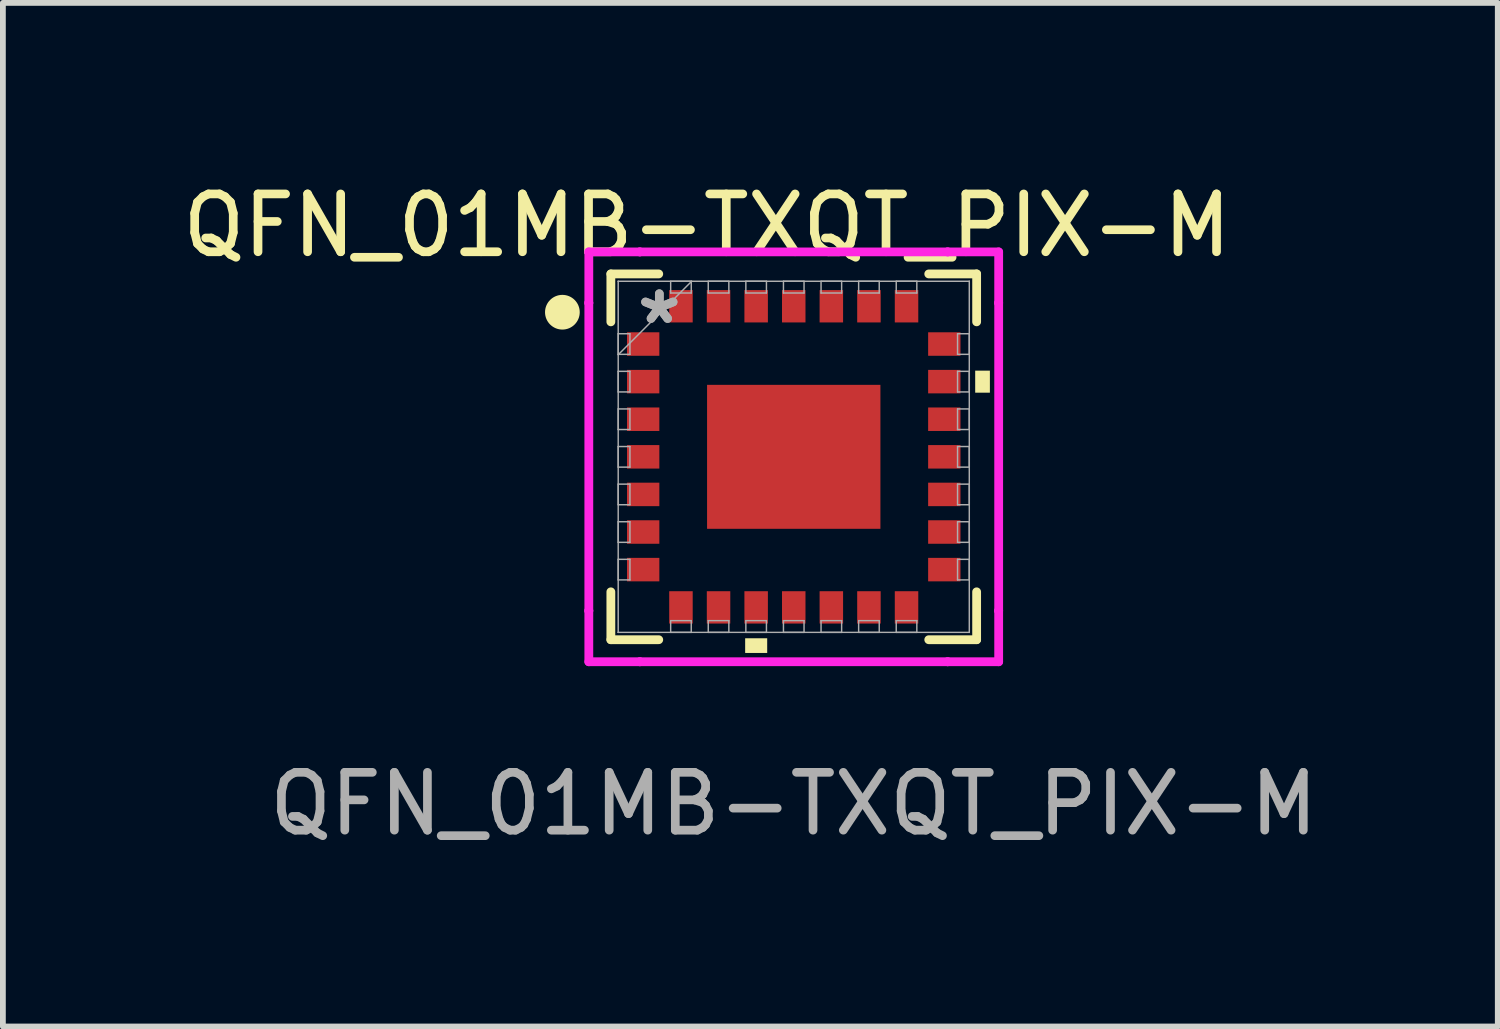
<source format=kicad_pcb>
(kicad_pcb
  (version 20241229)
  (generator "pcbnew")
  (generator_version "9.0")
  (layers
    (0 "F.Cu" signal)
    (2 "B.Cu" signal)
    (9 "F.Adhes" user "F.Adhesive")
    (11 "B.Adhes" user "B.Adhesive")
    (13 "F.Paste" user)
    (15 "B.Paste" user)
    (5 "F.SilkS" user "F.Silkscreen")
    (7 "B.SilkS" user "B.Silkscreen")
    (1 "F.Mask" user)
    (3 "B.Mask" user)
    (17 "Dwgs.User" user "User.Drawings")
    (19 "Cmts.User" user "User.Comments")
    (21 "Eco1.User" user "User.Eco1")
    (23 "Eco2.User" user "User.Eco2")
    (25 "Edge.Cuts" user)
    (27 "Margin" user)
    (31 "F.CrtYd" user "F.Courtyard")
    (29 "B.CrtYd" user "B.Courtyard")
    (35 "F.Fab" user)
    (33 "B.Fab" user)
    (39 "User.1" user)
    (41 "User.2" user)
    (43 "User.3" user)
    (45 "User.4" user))
  (footprint "QFN_01MB-TXQT_PIX-M"
    (layer "F.Cu")
    (at 10.673 4.848)
    (property "Reference" "QFN_01MB-TXQT_PIX-M" (at -1.5 -4 0) (unlocked yes) (layer "F.SilkS") (effects (font (size 1 1) (thickness 0.15))))
    (attr smd)
    (fp_line (start -3.162 -3.162) (end -3.162 -2.334) (stroke (width 0.152) (type solid)) (layer "F.SilkS"))
    (fp_line (start -3.162 2.334) (end -3.162 3.162) (stroke (width 0.152) (type solid)) (layer "F.SilkS"))
    (fp_line (start -3.162 3.162) (end -2.334 3.162) (stroke (width 0.152) (type solid)) (layer "F.SilkS"))
    (fp_line (start -2.334 -3.162) (end -3.162 -3.162) (stroke (width 0.152) (type solid)) (layer "F.SilkS"))
    (fp_line (start 2.334 3.162) (end 3.162 3.162) (stroke (width 0.152) (type solid)) (layer "F.SilkS"))
    (fp_line (start 3.162 -3.162) (end 2.334 -3.162) (stroke (width 0.152) (type solid)) (layer "F.SilkS"))
    (fp_line (start 3.162 -2.334) (end 3.162 -3.162) (stroke (width 0.152) (type solid)) (layer "F.SilkS"))
    (fp_line (start 3.162 3.162) (end 3.162 2.334) (stroke (width 0.152) (type solid)) (layer "F.SilkS"))
    (fp_circle (center -4 -2.5) (end -3.75 -2.5) (stroke (width 0.1) (type solid)) (fill yes) (layer "F.SilkS"))
    (fp_poly (pts (xy -0.84 3.137) (xy -0.84 3.391) (xy -0.459 3.391) (xy -0.459 3.137)) (stroke (width 0) (type solid)) (fill yes) (layer "F.SilkS"))
    (fp_poly (pts (xy 3.391 -1.49) (xy 3.391 -1.109) (xy 3.137 -1.109) (xy 3.137 -1.49)) (stroke (width 0) (type solid)) (fill yes) (layer "F.SilkS"))
    (fp_line (start -3.543 -3.543) (end -2.661 -3.543) (stroke (width 0.152) (type solid)) (layer "F.CrtYd"))
    (fp_line (start -3.543 -2.661) (end -3.543 -3.543) (stroke (width 0.152) (type solid)) (layer "F.CrtYd"))
    (fp_line (start -3.543 -2.661) (end -3.543 -2.661) (stroke (width 0.152) (type solid)) (layer "F.CrtYd"))
    (fp_line (start -3.543 2.661) (end -3.543 -2.661) (stroke (width 0.152) (type solid)) (layer "F.CrtYd"))
    (fp_line (start -3.543 2.661) (end -3.543 2.661) (stroke (width 0.152) (type solid)) (layer "F.CrtYd"))
    (fp_line (start -3.543 3.543) (end -3.543 2.661) (stroke (width 0.152) (type solid)) (layer "F.CrtYd"))
    (fp_line (start -2.661 -3.543) (end -2.661 -3.543) (stroke (width 0.152) (type solid)) (layer "F.CrtYd"))
    (fp_line (start -2.661 -3.543) (end 2.661 -3.543) (stroke (width 0.152) (type solid)) (layer "F.CrtYd"))
    (fp_line (start -2.661 3.543) (end -3.543 3.543) (stroke (width 0.152) (type solid)) (layer "F.CrtYd"))
    (fp_line (start -2.661 3.543) (end -2.661 3.543) (stroke (width 0.152) (type solid)) (layer "F.CrtYd"))
    (fp_line (start 2.661 -3.543) (end 2.661 -3.543) (stroke (width 0.152) (type solid)) (layer "F.CrtYd"))
    (fp_line (start 2.661 -3.543) (end 3.543 -3.543) (stroke (width 0.152) (type solid)) (layer "F.CrtYd"))
    (fp_line (start 2.661 3.543) (end -2.661 3.543) (stroke (width 0.152) (type solid)) (layer "F.CrtYd"))
    (fp_line (start 2.661 3.543) (end 2.661 3.543) (stroke (width 0.152) (type solid)) (layer "F.CrtYd"))
    (fp_line (start 3.543 -3.543) (end 3.543 -2.661) (stroke (width 0.152) (type solid)) (layer "F.CrtYd"))
    (fp_line (start 3.543 -2.661) (end 3.543 -2.661) (stroke (width 0.152) (type solid)) (layer "F.CrtYd"))
    (fp_line (start 3.543 -2.661) (end 3.543 2.661) (stroke (width 0.152) (type solid)) (layer "F.CrtYd"))
    (fp_line (start 3.543 2.661) (end 3.543 2.661) (stroke (width 0.152) (type solid)) (layer "F.CrtYd"))
    (fp_line (start 3.543 2.661) (end 3.543 3.543) (stroke (width 0.152) (type solid)) (layer "F.CrtYd"))
    (fp_line (start 3.543 3.543) (end 2.661 3.543) (stroke (width 0.152) (type solid)) (layer "F.CrtYd"))
    (fp_line (start -3.035 -3.035) (end -3.035 -3.035) (stroke (width 0.025) (type solid)) (layer "F.Fab"))
    (fp_line (start -3.035 -3.035) (end -3.035 3.035) (stroke (width 0.025) (type solid)) (layer "F.Fab"))
    (fp_line (start -3.035 -2.128) (end -2.832 -2.128) (stroke (width 0.025) (type solid)) (layer "F.Fab"))
    (fp_line (start -3.035 -1.772) (end -3.035 -2.128) (stroke (width 0.025) (type solid)) (layer "F.Fab"))
    (fp_line (start -3.035 -1.765) (end -1.765 -3.035) (stroke (width 0.025) (type solid)) (layer "F.Fab"))
    (fp_line (start -3.035 -1.478) (end -2.832 -1.478) (stroke (width 0.025) (type solid)) (layer "F.Fab"))
    (fp_line (start -3.035 -1.122) (end -3.035 -1.478) (stroke (width 0.025) (type solid)) (layer "F.Fab"))
    (fp_line (start -3.035 -0.828) (end -2.832 -0.828) (stroke (width 0.025) (type solid)) (layer "F.Fab"))
    (fp_line (start -3.035 -0.472) (end -3.035 -0.828) (stroke (width 0.025) (type solid)) (layer "F.Fab"))
    (fp_line (start -3.035 -0.178) (end -2.832 -0.178) (stroke (width 0.025) (type solid)) (layer "F.Fab"))
    (fp_line (start -3.035 0.178) (end -3.035 -0.178) (stroke (width 0.025) (type solid)) (layer "F.Fab"))
    (fp_line (start -3.035 0.472) (end -2.832 0.472) (stroke (width 0.025) (type solid)) (layer "F.Fab"))
    (fp_line (start -3.035 0.828) (end -3.035 0.472) (stroke (width 0.025) (type solid)) (layer "F.Fab"))
    (fp_line (start -3.035 1.122) (end -2.832 1.122) (stroke (width 0.025) (type solid)) (layer "F.Fab"))
    (fp_line (start -3.035 1.478) (end -3.035 1.122) (stroke (width 0.025) (type solid)) (layer "F.Fab"))
    (fp_line (start -3.035 1.772) (end -2.832 1.772) (stroke (width 0.025) (type solid)) (layer "F.Fab"))
    (fp_line (start -3.035 2.128) (end -3.035 1.772) (stroke (width 0.025) (type solid)) (layer "F.Fab"))
    (fp_line (start -3.035 3.035) (end -3.035 3.035) (stroke (width 0.025) (type solid)) (layer "F.Fab"))
    (fp_line (start -3.035 3.035) (end 3.035 3.035) (stroke (width 0.025) (type solid)) (layer "F.Fab"))
    (fp_line (start -2.832 -2.128) (end -2.832 -1.772) (stroke (width 0.025) (type solid)) (layer "F.Fab"))
    (fp_line (start -2.832 -1.772) (end -3.035 -1.772) (stroke (width 0.025) (type solid)) (layer "F.Fab"))
    (fp_line (start -2.832 -1.478) (end -2.832 -1.122) (stroke (width 0.025) (type solid)) (layer "F.Fab"))
    (fp_line (start -2.832 -1.122) (end -3.035 -1.122) (stroke (width 0.025) (type solid)) (layer "F.Fab"))
    (fp_line (start -2.832 -0.828) (end -2.832 -0.472) (stroke (width 0.025) (type solid)) (layer "F.Fab"))
    (fp_line (start -2.832 -0.472) (end -3.035 -0.472) (stroke (width 0.025) (type solid)) (layer "F.Fab"))
    (fp_line (start -2.832 -0.178) (end -2.832 0.178) (stroke (width 0.025) (type solid)) (layer "F.Fab"))
    (fp_line (start -2.832 0.178) (end -3.035 0.178) (stroke (width 0.025) (type solid)) (layer "F.Fab"))
    (fp_line (start -2.832 0.472) (end -2.832 0.828) (stroke (width 0.025) (type solid)) (layer "F.Fab"))
    (fp_line (start -2.832 0.828) (end -3.035 0.828) (stroke (width 0.025) (type solid)) (layer "F.Fab"))
    (fp_line (start -2.832 1.122) (end -2.832 1.478) (stroke (width 0.025) (type solid)) (layer "F.Fab"))
    (fp_line (start -2.832 1.478) (end -3.035 1.478) (stroke (width 0.025) (type solid)) (layer "F.Fab"))
    (fp_line (start -2.832 1.772) (end -2.832 2.128) (stroke (width 0.025) (type solid)) (layer "F.Fab"))
    (fp_line (start -2.832 2.128) (end -3.035 2.128) (stroke (width 0.025) (type solid)) (layer "F.Fab"))
    (fp_line (start -2.128 -3.035) (end -1.772 -3.035) (stroke (width 0.025) (type solid)) (layer "F.Fab"))
    (fp_line (start -2.128 -2.832) (end -2.128 -3.035) (stroke (width 0.025) (type solid)) (layer "F.Fab"))
    (fp_line (start -2.128 2.832) (end -1.772 2.832) (stroke (width 0.025) (type solid)) (layer "F.Fab"))
    (fp_line (start -2.128 3.035) (end -2.128 2.832) (stroke (width 0.025) (type solid)) (layer "F.Fab"))
    (fp_line (start -1.772 -3.035) (end -1.772 -2.832) (stroke (width 0.025) (type solid)) (layer "F.Fab"))
    (fp_line (start -1.772 -2.832) (end -2.128 -2.832) (stroke (width 0.025) (type solid)) (layer "F.Fab"))
    (fp_line (start -1.772 2.832) (end -1.772 3.035) (stroke (width 0.025) (type solid)) (layer "F.Fab"))
    (fp_line (start -1.772 3.035) (end -2.128 3.035) (stroke (width 0.025) (type solid)) (layer "F.Fab"))
    (fp_line (start -1.478 -3.035) (end -1.122 -3.035) (stroke (width 0.025) (type solid)) (layer "F.Fab"))
    (fp_line (start -1.478 -2.832) (end -1.478 -3.035) (stroke (width 0.025) (type solid)) (layer "F.Fab"))
    (fp_line (start -1.478 2.832) (end -1.122 2.832) (stroke (width 0.025) (type solid)) (layer "F.Fab"))
    (fp_line (start -1.478 3.035) (end -1.478 2.832) (stroke (width 0.025) (type solid)) (layer "F.Fab"))
    (fp_line (start -1.122 -3.035) (end -1.122 -2.832) (stroke (width 0.025) (type solid)) (layer "F.Fab"))
    (fp_line (start -1.122 -2.832) (end -1.478 -2.832) (stroke (width 0.025) (type solid)) (layer "F.Fab"))
    (fp_line (start -1.122 2.832) (end -1.122 3.035) (stroke (width 0.025) (type solid)) (layer "F.Fab"))
    (fp_line (start -1.122 3.035) (end -1.478 3.035) (stroke (width 0.025) (type solid)) (layer "F.Fab"))
    (fp_line (start -0.828 -3.035) (end -0.472 -3.035) (stroke (width 0.025) (type solid)) (layer "F.Fab"))
    (fp_line (start -0.828 -2.832) (end -0.828 -3.035) (stroke (width 0.025) (type solid)) (layer "F.Fab"))
    (fp_line (start -0.828 2.832) (end -0.472 2.832) (stroke (width 0.025) (type solid)) (layer "F.Fab"))
    (fp_line (start -0.828 3.035) (end -0.828 2.832) (stroke (width 0.025) (type solid)) (layer "F.Fab"))
    (fp_line (start -0.472 -3.035) (end -0.472 -2.832) (stroke (width 0.025) (type solid)) (layer "F.Fab"))
    (fp_line (start -0.472 -2.832) (end -0.828 -2.832) (stroke (width 0.025) (type solid)) (layer "F.Fab"))
    (fp_line (start -0.472 2.832) (end -0.472 3.035) (stroke (width 0.025) (type solid)) (layer "F.Fab"))
    (fp_line (start -0.472 3.035) (end -0.828 3.035) (stroke (width 0.025) (type solid)) (layer "F.Fab"))
    (fp_line (start -0.178 -3.035) (end 0.178 -3.035) (stroke (width 0.025) (type solid)) (layer "F.Fab"))
    (fp_line (start -0.178 -2.832) (end -0.178 -3.035) (stroke (width 0.025) (type solid)) (layer "F.Fab"))
    (fp_line (start -0.178 2.832) (end 0.178 2.832) (stroke (width 0.025) (type solid)) (layer "F.Fab"))
    (fp_line (start -0.178 3.035) (end -0.178 2.832) (stroke (width 0.025) (type solid)) (layer "F.Fab"))
    (fp_line (start 0.178 -3.035) (end 0.178 -2.832) (stroke (width 0.025) (type solid)) (layer "F.Fab"))
    (fp_line (start 0.178 -2.832) (end -0.178 -2.832) (stroke (width 0.025) (type solid)) (layer "F.Fab"))
    (fp_line (start 0.178 2.832) (end 0.178 3.035) (stroke (width 0.025) (type solid)) (layer "F.Fab"))
    (fp_line (start 0.178 3.035) (end -0.178 3.035) (stroke (width 0.025) (type solid)) (layer "F.Fab"))
    (fp_line (start 0.472 -3.035) (end 0.828 -3.035) (stroke (width 0.025) (type solid)) (layer "F.Fab"))
    (fp_line (start 0.472 -2.832) (end 0.472 -3.035) (stroke (width 0.025) (type solid)) (layer "F.Fab"))
    (fp_line (start 0.472 2.832) (end 0.828 2.832) (stroke (width 0.025) (type solid)) (layer "F.Fab"))
    (fp_line (start 0.472 3.035) (end 0.472 2.832) (stroke (width 0.025) (type solid)) (layer "F.Fab"))
    (fp_line (start 0.828 -3.035) (end 0.828 -2.832) (stroke (width 0.025) (type solid)) (layer "F.Fab"))
    (fp_line (start 0.828 -2.832) (end 0.472 -2.832) (stroke (width 0.025) (type solid)) (layer "F.Fab"))
    (fp_line (start 0.828 2.832) (end 0.828 3.035) (stroke (width 0.025) (type solid)) (layer "F.Fab"))
    (fp_line (start 0.828 3.035) (end 0.472 3.035) (stroke (width 0.025) (type solid)) (layer "F.Fab"))
    (fp_line (start 1.122 -3.035) (end 1.478 -3.035) (stroke (width 0.025) (type solid)) (layer "F.Fab"))
    (fp_line (start 1.122 -2.832) (end 1.122 -3.035) (stroke (width 0.025) (type solid)) (layer "F.Fab"))
    (fp_line (start 1.122 2.832) (end 1.478 2.832) (stroke (width 0.025) (type solid)) (layer "F.Fab"))
    (fp_line (start 1.122 3.035) (end 1.122 2.832) (stroke (width 0.025) (type solid)) (layer "F.Fab"))
    (fp_line (start 1.478 -3.035) (end 1.478 -2.832) (stroke (width 0.025) (type solid)) (layer "F.Fab"))
    (fp_line (start 1.478 -2.832) (end 1.122 -2.832) (stroke (width 0.025) (type solid)) (layer "F.Fab"))
    (fp_line (start 1.478 2.832) (end 1.478 3.035) (stroke (width 0.025) (type solid)) (layer "F.Fab"))
    (fp_line (start 1.478 3.035) (end 1.122 3.035) (stroke (width 0.025) (type solid)) (layer "F.Fab"))
    (fp_line (start 1.772 -3.035) (end 2.128 -3.035) (stroke (width 0.025) (type solid)) (layer "F.Fab"))
    (fp_line (start 1.772 -2.832) (end 1.772 -3.035) (stroke (width 0.025) (type solid)) (layer "F.Fab"))
    (fp_line (start 1.772 2.832) (end 2.128 2.832) (stroke (width 0.025) (type solid)) (layer "F.Fab"))
    (fp_line (start 1.772 3.035) (end 1.772 2.832) (stroke (width 0.025) (type solid)) (layer "F.Fab"))
    (fp_line (start 2.128 -3.035) (end 2.128 -2.832) (stroke (width 0.025) (type solid)) (layer "F.Fab"))
    (fp_line (start 2.128 -2.832) (end 1.772 -2.832) (stroke (width 0.025) (type solid)) (layer "F.Fab"))
    (fp_line (start 2.128 2.832) (end 2.128 3.035) (stroke (width 0.025) (type solid)) (layer "F.Fab"))
    (fp_line (start 2.128 3.035) (end 1.772 3.035) (stroke (width 0.025) (type solid)) (layer "F.Fab"))
    (fp_line (start 2.832 -2.128) (end 3.035 -2.128) (stroke (width 0.025) (type solid)) (layer "F.Fab"))
    (fp_line (start 2.832 -1.772) (end 2.832 -2.128) (stroke (width 0.025) (type solid)) (layer "F.Fab"))
    (fp_line (start 2.832 -1.478) (end 3.035 -1.478) (stroke (width 0.025) (type solid)) (layer "F.Fab"))
    (fp_line (start 2.832 -1.122) (end 2.832 -1.478) (stroke (width 0.025) (type solid)) (layer "F.Fab"))
    (fp_line (start 2.832 -0.828) (end 3.035 -0.828) (stroke (width 0.025) (type solid)) (layer "F.Fab"))
    (fp_line (start 2.832 -0.472) (end 2.832 -0.828) (stroke (width 0.025) (type solid)) (layer "F.Fab"))
    (fp_line (start 2.832 -0.178) (end 3.035 -0.178) (stroke (width 0.025) (type solid)) (layer "F.Fab"))
    (fp_line (start 2.832 0.178) (end 2.832 -0.178) (stroke (width 0.025) (type solid)) (layer "F.Fab"))
    (fp_line (start 2.832 0.472) (end 3.035 0.472) (stroke (width 0.025) (type solid)) (layer "F.Fab"))
    (fp_line (start 2.832 0.828) (end 2.832 0.472) (stroke (width 0.025) (type solid)) (layer "F.Fab"))
    (fp_line (start 2.832 1.122) (end 3.035 1.122) (stroke (width 0.025) (type solid)) (layer "F.Fab"))
    (fp_line (start 2.832 1.478) (end 2.832 1.122) (stroke (width 0.025) (type solid)) (layer "F.Fab"))
    (fp_line (start 2.832 1.772) (end 3.035 1.772) (stroke (width 0.025) (type solid)) (layer "F.Fab"))
    (fp_line (start 2.832 2.128) (end 2.832 1.772) (stroke (width 0.025) (type solid)) (layer "F.Fab"))
    (fp_line (start 3.035 -3.035) (end -3.035 -3.035) (stroke (width 0.025) (type solid)) (layer "F.Fab"))
    (fp_line (start 3.035 -3.035) (end 3.035 -3.035) (stroke (width 0.025) (type solid)) (layer "F.Fab"))
    (fp_line (start 3.035 -2.128) (end 3.035 -1.772) (stroke (width 0.025) (type solid)) (layer "F.Fab"))
    (fp_line (start 3.035 -1.772) (end 2.832 -1.772) (stroke (width 0.025) (type solid)) (layer "F.Fab"))
    (fp_line (start 3.035 -1.478) (end 3.035 -1.122) (stroke (width 0.025) (type solid)) (layer "F.Fab"))
    (fp_line (start 3.035 -1.122) (end 2.832 -1.122) (stroke (width 0.025) (type solid)) (layer "F.Fab"))
    (fp_line (start 3.035 -0.828) (end 3.035 -0.472) (stroke (width 0.025) (type solid)) (layer "F.Fab"))
    (fp_line (start 3.035 -0.472) (end 2.832 -0.472) (stroke (width 0.025) (type solid)) (layer "F.Fab"))
    (fp_line (start 3.035 -0.178) (end 3.035 0.178) (stroke (width 0.025) (type solid)) (layer "F.Fab"))
    (fp_line (start 3.035 0.178) (end 2.832 0.178) (stroke (width 0.025) (type solid)) (layer "F.Fab"))
    (fp_line (start 3.035 0.472) (end 3.035 0.828) (stroke (width 0.025) (type solid)) (layer "F.Fab"))
    (fp_line (start 3.035 0.828) (end 2.832 0.828) (stroke (width 0.025) (type solid)) (layer "F.Fab"))
    (fp_line (start 3.035 1.122) (end 3.035 1.478) (stroke (width 0.025) (type solid)) (layer "F.Fab"))
    (fp_line (start 3.035 1.478) (end 2.832 1.478) (stroke (width 0.025) (type solid)) (layer "F.Fab"))
    (fp_line (start 3.035 1.772) (end 3.035 2.128) (stroke (width 0.025) (type solid)) (layer "F.Fab"))
    (fp_line (start 3.035 2.128) (end 2.832 2.128) (stroke (width 0.025) (type solid)) (layer "F.Fab"))
    (fp_line (start 3.035 3.035) (end 3.035 -3.035) (stroke (width 0.025) (type solid)) (layer "F.Fab"))
    (fp_line (start 3.035 3.035) (end 3.035 3.035) (stroke (width 0.025) (type solid)) (layer "F.Fab"))
    (fp_text user "*" (at -2.324 -2.275 0) (layer "F.Fab") (effects (font (size 1 1) (thickness 0.15))))
    (fp_text user "${REFERENCE}" (at 0 6 0) (unlocked yes) (layer "F.Fab") (effects (font (size 1 1) (thickness 0.15))))
    (fp_text user "*" (at -2.324 -2.275 0) (unlocked yes) (layer "F.Fab") (effects (font (size 1 1) (thickness 0.15))))
    (pad "1" smd rect (at -2.603 -1.95 90) (size 0.406 0.559) (layers "F.Cu" "F.Mask" "F.Paste"))
    (pad "2" smd rect (at -2.603 -1.3 90) (size 0.406 0.559) (layers "F.Cu" "F.Mask" "F.Paste"))
    (pad "3" smd rect (at -2.603 -0.65 90) (size 0.406 0.559) (layers "F.Cu" "F.Mask" "F.Paste"))
    (pad "4" smd rect (at -2.603 0 90) (size 0.406 0.559) (layers "F.Cu" "F.Mask" "F.Paste"))
    (pad "5" smd rect (at -2.603 0.65 90) (size 0.406 0.559) (layers "F.Cu" "F.Mask" "F.Paste"))
    (pad "6" smd rect (at -2.603 1.3 90) (size 0.406 0.559) (layers "F.Cu" "F.Mask" "F.Paste"))
    (pad "7" smd rect (at -2.603 1.95 90) (size 0.406 0.559) (layers "F.Cu" "F.Mask" "F.Paste"))
    (pad "8" smd rect (at -1.95 2.603) (size 0.406 0.559) (layers "F.Cu" "F.Mask" "F.Paste"))
    (pad "9" smd rect (at -1.3 2.603) (size 0.406 0.559) (layers "F.Cu" "F.Mask" "F.Paste"))
    (pad "10" smd rect (at -0.65 2.603) (size 0.406 0.559) (layers "F.Cu" "F.Mask" "F.Paste"))
    (pad "11" smd rect (at 0 2.603) (size 0.406 0.559) (layers "F.Cu" "F.Mask" "F.Paste"))
    (pad "12" smd rect (at 0.65 2.603) (size 0.406 0.559) (layers "F.Cu" "F.Mask" "F.Paste"))
    (pad "13" smd rect (at 1.3 2.603) (size 0.406 0.559) (layers "F.Cu" "F.Mask" "F.Paste"))
    (pad "14" smd rect (at 1.95 2.603) (size 0.406 0.559) (layers "F.Cu" "F.Mask" "F.Paste"))
    (pad "15" smd rect (at 2.603 1.95 90) (size 0.406 0.559) (layers "F.Cu" "F.Mask" "F.Paste"))
    (pad "16" smd rect (at 2.603 1.3 90) (size 0.406 0.559) (layers "F.Cu" "F.Mask" "F.Paste"))
    (pad "17" smd rect (at 2.603 0.65 90) (size 0.406 0.559) (layers "F.Cu" "F.Mask" "F.Paste"))
    (pad "18" smd rect (at 2.603 0 90) (size 0.406 0.559) (layers "F.Cu" "F.Mask" "F.Paste"))
    (pad "19" smd rect (at 2.603 -0.65 90) (size 0.406 0.559) (layers "F.Cu" "F.Mask" "F.Paste"))
    (pad "20" smd rect (at 2.603 -1.3 90) (size 0.406 0.559) (layers "F.Cu" "F.Mask" "F.Paste"))
    (pad "21" smd rect (at 2.603 -1.95 90) (size 0.406 0.559) (layers "F.Cu" "F.Mask" "F.Paste"))
    (pad "22" smd rect (at 1.95 -2.603) (size 0.406 0.559) (layers "F.Cu" "F.Mask" "F.Paste"))
    (pad "23" smd rect (at 1.3 -2.603) (size 0.406 0.559) (layers "F.Cu" "F.Mask" "F.Paste"))
    (pad "24" smd rect (at 0.65 -2.603) (size 0.406 0.559) (layers "F.Cu" "F.Mask" "F.Paste"))
    (pad "25" smd rect (at 0 -2.603) (size 0.406 0.559) (layers "F.Cu" "F.Mask" "F.Paste"))
    (pad "26" smd rect (at -0.65 -2.603) (size 0.406 0.559) (layers "F.Cu" "F.Mask" "F.Paste"))
    (pad "27" smd rect (at -1.3 -2.603) (size 0.406 0.559) (layers "F.Cu" "F.Mask" "F.Paste"))
    (pad "28" smd rect (at -1.95 -2.603) (size 0.406 0.559) (layers "F.Cu" "F.Mask" "F.Paste"))
    (pad "29" smd rect (at 0 0) (size 2.997 2.489) (layers "F.Cu" "F.Mask" "F.Paste")))
  (gr_rect
    (start -3 -3)
    (end 22.845 14.697)
    (stroke (width 0.1) (type default))
    (fill no)
    (layer "Edge.Cuts")))
</source>
